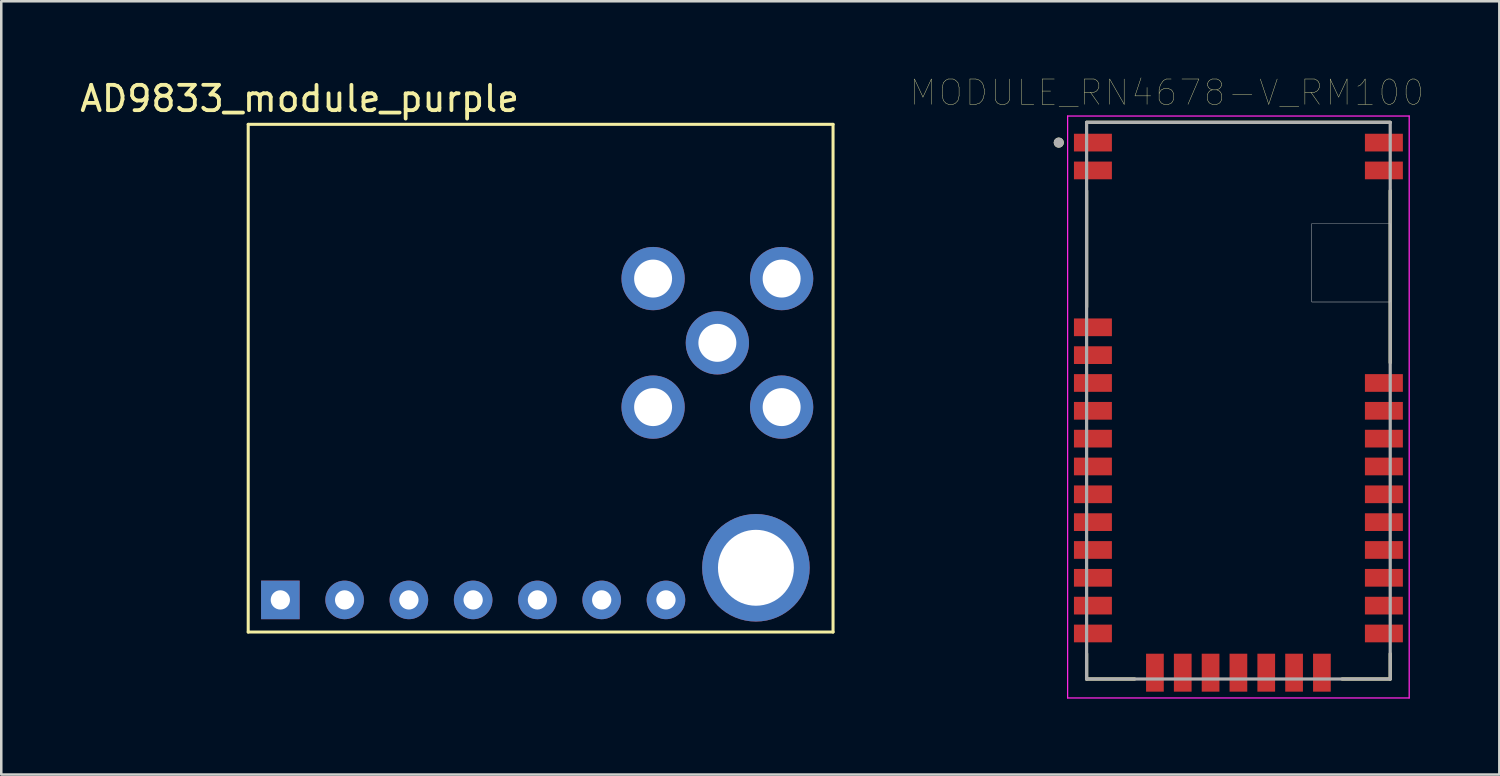
<source format=kicad_pcb>
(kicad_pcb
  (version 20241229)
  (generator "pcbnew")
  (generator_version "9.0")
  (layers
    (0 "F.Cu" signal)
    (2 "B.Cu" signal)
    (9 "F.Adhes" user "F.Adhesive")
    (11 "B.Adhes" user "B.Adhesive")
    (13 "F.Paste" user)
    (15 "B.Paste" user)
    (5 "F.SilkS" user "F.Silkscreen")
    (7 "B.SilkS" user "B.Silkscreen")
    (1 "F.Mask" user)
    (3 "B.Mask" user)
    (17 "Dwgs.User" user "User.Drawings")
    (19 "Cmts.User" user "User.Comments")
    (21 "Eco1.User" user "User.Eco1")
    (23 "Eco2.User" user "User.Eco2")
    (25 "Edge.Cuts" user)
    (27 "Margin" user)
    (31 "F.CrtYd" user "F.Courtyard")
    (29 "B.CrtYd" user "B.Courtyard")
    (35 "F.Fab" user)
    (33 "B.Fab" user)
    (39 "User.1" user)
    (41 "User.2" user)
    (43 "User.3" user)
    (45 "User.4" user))
  (footprint "MODULE_RN4678-V_RM100"
    (layer "F.Cu")
    (at 45.895 12.786)
    (property "Reference" "MODULE_RN4678-V_RM100" (at -2.825 -12.175 0) (layer "F.SilkS") (effects (font (size 1 1) (thickness 0.015))))
    (attr through_hole)
    (fp_line (start -6 -11) (end 6 -11) (stroke (width 0.127) (type solid)) (layer "F.SilkS"))
    (fp_line (start -6 -8.3) (end -6 -3.7) (stroke (width 0.127) (type solid)) (layer "F.SilkS"))
    (fp_line (start -6 10) (end -6 11) (stroke (width 0.127) (type solid)) (layer "F.SilkS"))
    (fp_line (start -6 11) (end -4.1 11) (stroke (width 0.127) (type solid)) (layer "F.SilkS"))
    (fp_line (start 4.1 11) (end 6 11) (stroke (width 0.127) (type solid)) (layer "F.SilkS"))
    (fp_line (start 6 -8.3) (end 6 -1.5) (stroke (width 0.127) (type solid)) (layer "F.SilkS"))
    (fp_line (start 6 11) (end 6 10) (stroke (width 0.127) (type solid)) (layer "F.SilkS"))
    (fp_circle (center -7.1 -10.2) (end -7 -10.2) (stroke (width 0.2) (type solid)) (fill no) (layer "F.SilkS"))
    (fp_poly (pts (xy 2.9 -7) (xy 6 -7) (xy 6 -3.9) (xy 2.9 -3.9)) (stroke (width 0.01) (type solid)) (fill no) (layer "Dwgs.User"))
    (fp_poly (pts (xy 2.9 -7) (xy 6 -7) (xy 6 -3.9) (xy 2.9 -3.9)) (stroke (width 0.01) (type solid)) (fill no) (layer "Dwgs.User"))
    (fp_line (start -6.75 -11.25) (end 6.75 -11.25) (stroke (width 0.05) (type solid)) (layer "F.CrtYd"))
    (fp_line (start -6.75 11.75) (end -6.75 -11.25) (stroke (width 0.05) (type solid)) (layer "F.CrtYd"))
    (fp_line (start 6.75 -11.25) (end 6.75 11.75) (stroke (width 0.05) (type solid)) (layer "F.CrtYd"))
    (fp_line (start 6.75 11.75) (end -6.75 11.75) (stroke (width 0.05) (type solid)) (layer "F.CrtYd"))
    (fp_line (start -6 -11) (end 6 -11) (stroke (width 0.127) (type solid)) (layer "F.Fab"))
    (fp_line (start -6 11) (end -6 -11) (stroke (width 0.127) (type solid)) (layer "F.Fab"))
    (fp_line (start 6 -11) (end 6 11) (stroke (width 0.127) (type solid)) (layer "F.Fab"))
    (fp_line (start 6 11) (end -6 11) (stroke (width 0.127) (type solid)) (layer "F.Fab"))
    (fp_circle (center -7.1 -10.2) (end -7 -10.2) (stroke (width 0.2) (type solid)) (fill no) (layer "F.Fab"))
    (pad "1" smd rect (at -5.75 -10.2) (size 1.5 0.7) (layers "F.Cu" "F.Mask" "F.Paste"))
    (pad "2" smd rect (at -5.75 -9.1) (size 1.5 0.7) (layers "F.Cu" "F.Mask" "F.Paste"))
    (pad "3" smd rect (at -5.75 -2.9) (size 1.5 0.7) (layers "F.Cu" "F.Mask" "F.Paste"))
    (pad "4" smd rect (at -5.75 -1.8) (size 1.5 0.7) (layers "F.Cu" "F.Mask" "F.Paste"))
    (pad "5" smd rect (at -5.75 -0.7) (size 1.5 0.7) (layers "F.Cu" "F.Mask" "F.Paste"))
    (pad "6" smd rect (at -5.75 0.4) (size 1.5 0.7) (layers "F.Cu" "F.Mask" "F.Paste"))
    (pad "7" smd rect (at -5.75 1.5) (size 1.5 0.7) (layers "F.Cu" "F.Mask" "F.Paste"))
    (pad "8" smd rect (at -5.75 2.6) (size 1.5 0.7) (layers "F.Cu" "F.Mask" "F.Paste"))
    (pad "9" smd rect (at -5.75 3.7) (size 1.5 0.7) (layers "F.Cu" "F.Mask" "F.Paste"))
    (pad "10" smd rect (at -5.75 4.8) (size 1.5 0.7) (layers "F.Cu" "F.Mask" "F.Paste"))
    (pad "11" smd rect (at -5.75 5.9) (size 1.5 0.7) (layers "F.Cu" "F.Mask" "F.Paste"))
    (pad "12" smd rect (at -5.75 7) (size 1.5 0.7) (layers "F.Cu" "F.Mask" "F.Paste"))
    (pad "13" smd rect (at -5.75 8.1) (size 1.5 0.7) (layers "F.Cu" "F.Mask" "F.Paste"))
    (pad "14" smd rect (at -5.75 9.2) (size 1.5 0.7) (layers "F.Cu" "F.Mask" "F.Paste"))
    (pad "15" smd rect (at -3.3 10.75) (size 0.7 1.5) (layers "F.Cu" "F.Mask" "F.Paste"))
    (pad "16" smd rect (at -2.2 10.75) (size 0.7 1.5) (layers "F.Cu" "F.Mask" "F.Paste"))
    (pad "17" smd rect (at -1.1 10.75) (size 0.7 1.5) (layers "F.Cu" "F.Mask" "F.Paste"))
    (pad "18" smd rect (at 0 10.75) (size 0.7 1.5) (layers "F.Cu" "F.Mask" "F.Paste"))
    (pad "19" smd rect (at 1.1 10.75) (size 0.7 1.5) (layers "F.Cu" "F.Mask" "F.Paste"))
    (pad "20" smd rect (at 2.2 10.75) (size 0.7 1.5) (layers "F.Cu" "F.Mask" "F.Paste"))
    (pad "21" smd rect (at 3.3 10.75) (size 0.7 1.5) (layers "F.Cu" "F.Mask" "F.Paste"))
    (pad "22" smd rect (at 5.75 9.2) (size 1.5 0.7) (layers "F.Cu" "F.Mask" "F.Paste"))
    (pad "23" smd rect (at 5.75 8.1) (size 1.5 0.7) (layers "F.Cu" "F.Mask" "F.Paste"))
    (pad "24" smd rect (at 5.75 7) (size 1.5 0.7) (layers "F.Cu" "F.Mask" "F.Paste"))
    (pad "25" smd rect (at 5.75 5.9) (size 1.5 0.7) (layers "F.Cu" "F.Mask" "F.Paste"))
    (pad "26" smd rect (at 5.75 4.8) (size 1.5 0.7) (layers "F.Cu" "F.Mask" "F.Paste"))
    (pad "27" smd rect (at 5.75 3.7) (size 1.5 0.7) (layers "F.Cu" "F.Mask" "F.Paste"))
    (pad "28" smd rect (at 5.75 2.6) (size 1.5 0.7) (layers "F.Cu" "F.Mask" "F.Paste"))
    (pad "29" smd rect (at 5.75 1.5) (size 1.5 0.7) (layers "F.Cu" "F.Mask" "F.Paste"))
    (pad "30" smd rect (at 5.75 0.4) (size 1.5 0.7) (layers "F.Cu" "F.Mask" "F.Paste"))
    (pad "31" smd rect (at 5.75 -0.7) (size 1.5 0.7) (layers "F.Cu" "F.Mask" "F.Paste"))
    (pad "32" smd rect (at 5.75 -9.1) (size 1.5 0.7) (layers "F.Cu" "F.Mask" "F.Paste"))
    (pad "33" smd rect (at 5.75 -10.2) (size 1.5 0.7) (layers "F.Cu" "F.Mask" "F.Paste")))
  (footprint "AD9833_module_purple"
    (layer "F.Cu")
    (at 8.03 20.66)
    (property "Reference" "AD9833_module_purple" (at 0.762 -19.812 0) (layer "F.SilkS") (effects (font (size 1 1) (thickness 0.15))))
    (attr through_hole)
    (fp_line (start -1.27 -18.796) (end -1.27 1.27) (stroke (width 0.12) (type solid)) (layer "F.SilkS"))
    (fp_line (start -1.27 1.27) (end 21.844 1.27) (stroke (width 0.12) (type solid)) (layer "F.SilkS"))
    (fp_line (start 21.844 -18.796) (end -1.27 -18.796) (stroke (width 0.12) (type solid)) (layer "F.SilkS"))
    (fp_line (start 21.844 1.27) (end 21.844 -18.796) (stroke (width 0.12) (type solid)) (layer "F.SilkS"))
    (pad "1" thru_hole rect (at 0 0) (size 1.524 1.524) (drill 0.762) (layers "*.Cu" "*.Mask"))
    (pad "2" thru_hole circle (at 2.54 0) (size 1.524 1.524) (drill 0.762) (layers "*.Cu" "*.Mask"))
    (pad "3" thru_hole circle (at 5.08 0) (size 1.524 1.524) (drill 0.762) (layers "*.Cu" "*.Mask"))
    (pad "4" thru_hole circle (at 7.62 0) (size 1.524 1.524) (drill 0.762) (layers "*.Cu" "*.Mask"))
    (pad "5" thru_hole circle (at 10.16 0) (size 1.524 1.524) (drill 0.762) (layers "*.Cu" "*.Mask"))
    (pad "6" thru_hole circle (at 12.7 0) (size 1.524 1.524) (drill 0.762) (layers "*.Cu" "*.Mask"))
    (pad "7" thru_hole circle (at 15.24 0) (size 1.524 1.524) (drill 0.762) (layers "*.Cu" "*.Mask"))
    (pad "8" thru_hole circle (at 17.272 -10.16) (size 2.5 2.5) (drill 1.5) (layers "*.Cu" "*.Mask"))
    (pad "9" thru_hole circle (at 14.732 -12.7) (size 2.5 2.5) (drill 1.5) (layers "*.Cu" "*.Mask"))
    (pad "10" thru_hole circle (at 19.812 -12.7) (size 2.5 2.5) (drill 1.5) (layers "*.Cu" "*.Mask"))
    (pad "11" thru_hole circle (at 19.812 -7.62) (size 2.5 2.5) (drill 1.5) (layers "*.Cu" "*.Mask"))
    (pad "12" thru_hole circle (at 14.732 -7.62) (size 2.5 2.5) (drill 1.5) (layers "*.Cu" "*.Mask"))
    (pad "13" thru_hole circle (at 18.796 -1.27) (size 4.25 4.25) (drill 3) (layers "*.Cu" "*.Mask")))
  (gr_rect
    (start -3 -3)
    (end 56.207 27.561)
    (stroke (width 0.1) (type default))
    (fill no)
    (layer "Edge.Cuts")))
</source>
